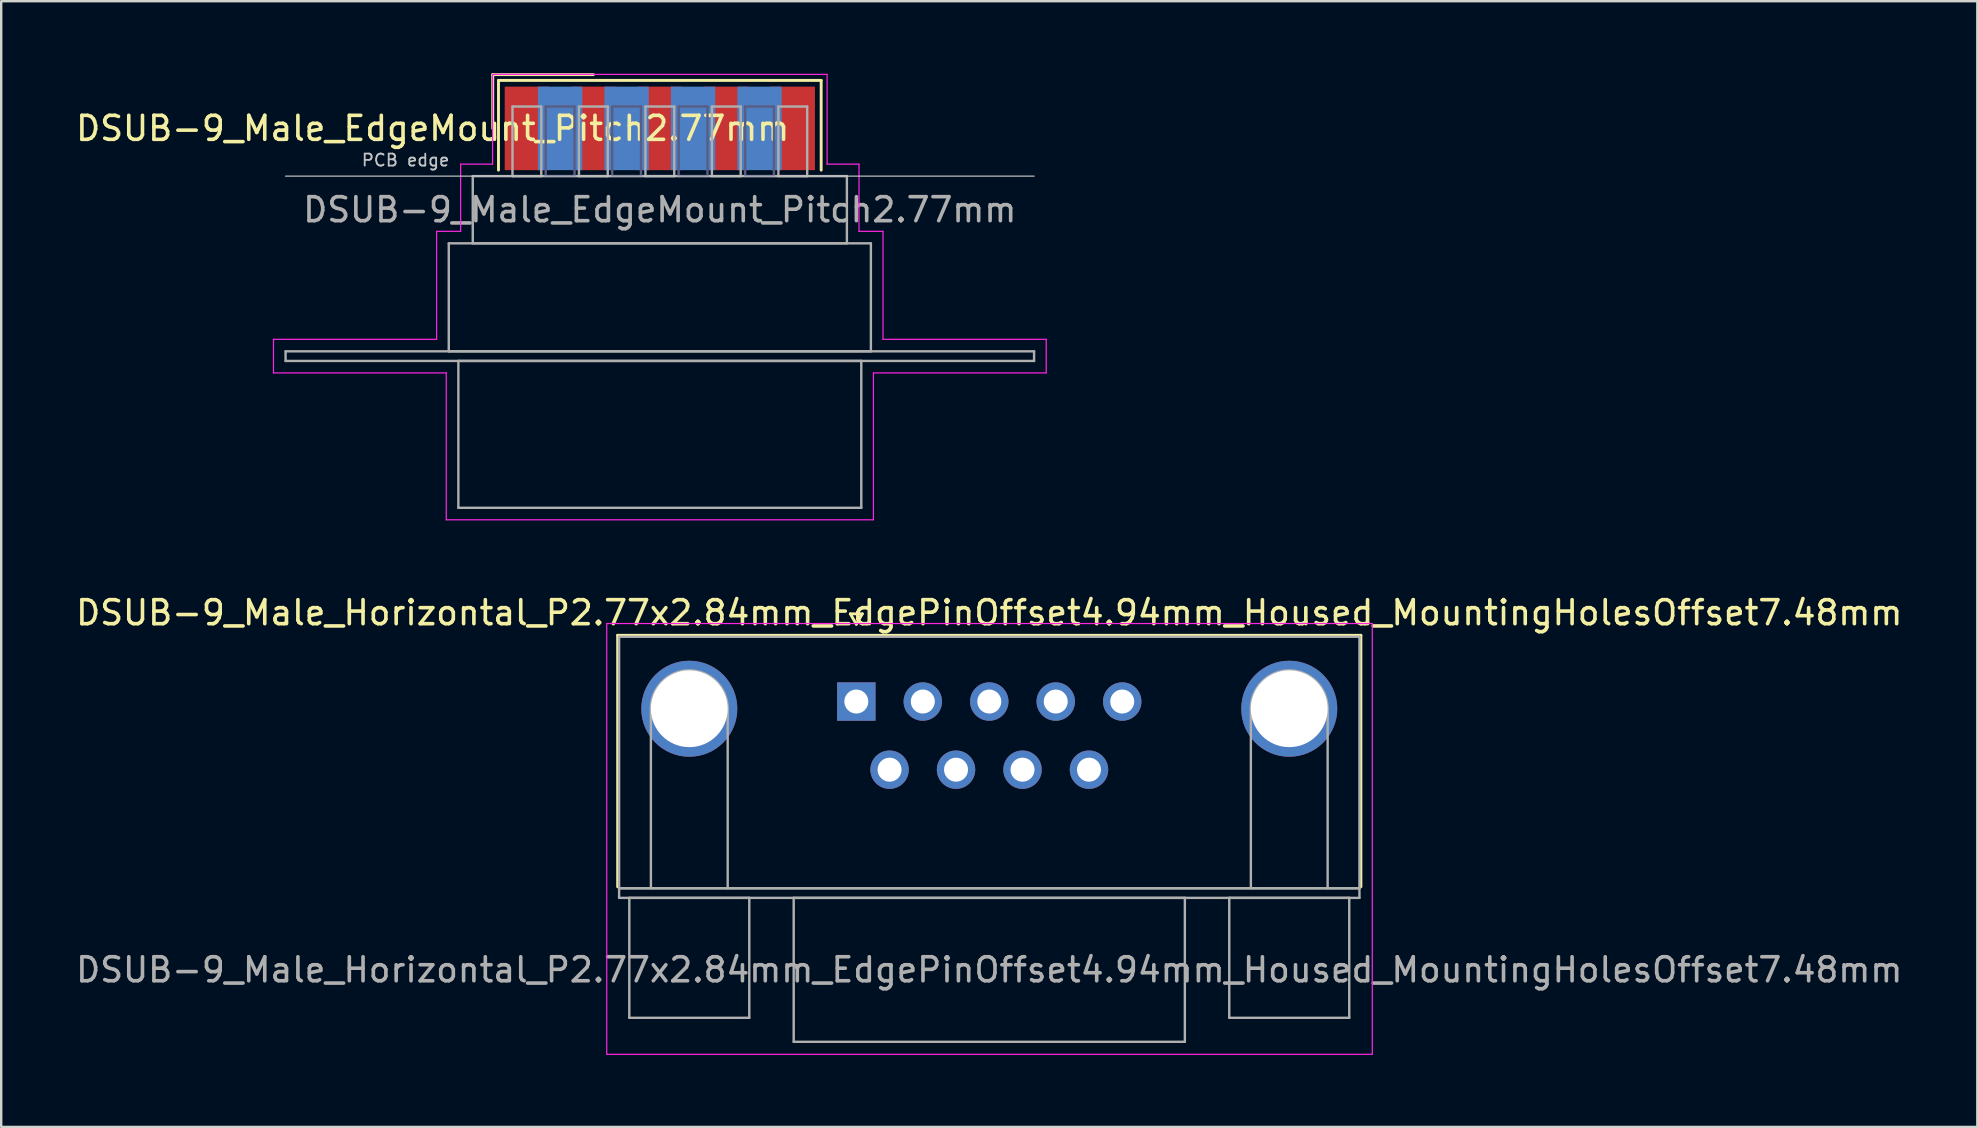
<source format=kicad_pcb>
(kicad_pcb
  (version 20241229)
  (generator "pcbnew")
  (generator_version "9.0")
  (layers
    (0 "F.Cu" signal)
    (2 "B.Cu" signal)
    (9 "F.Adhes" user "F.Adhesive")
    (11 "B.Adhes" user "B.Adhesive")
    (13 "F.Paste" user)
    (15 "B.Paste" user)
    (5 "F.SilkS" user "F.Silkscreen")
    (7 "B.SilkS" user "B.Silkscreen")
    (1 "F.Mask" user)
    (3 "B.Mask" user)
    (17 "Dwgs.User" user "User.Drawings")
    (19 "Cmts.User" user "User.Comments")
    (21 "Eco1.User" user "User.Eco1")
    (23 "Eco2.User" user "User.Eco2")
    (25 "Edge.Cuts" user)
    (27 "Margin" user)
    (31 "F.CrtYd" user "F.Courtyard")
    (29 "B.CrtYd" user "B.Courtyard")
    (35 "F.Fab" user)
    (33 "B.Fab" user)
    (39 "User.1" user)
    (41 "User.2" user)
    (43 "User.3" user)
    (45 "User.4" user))
  (footprint "DSUB-9_Male_EdgeMount_Pitch2.77mm"
    (layer "F.Cu")
    (at 24.445 2.3)
    (property "Reference" "DSUB-9_Male_EdgeMount_Pitch2.77mm" (at -9.463 0 0) (layer "F.SilkS") (effects (font (size 1 1) (thickness 0.15))))
    (attr smd)
    (fp_line (start -6.963 -2.24) (end -2.77 -2.24) (stroke (width 0.12) (type solid)) (layer "F.SilkS"))
    (fp_line (start -6.963 0) (end -6.963 -2.24) (stroke (width 0.12) (type solid)) (layer "F.SilkS"))
    (fp_line (start -6.723 -2) (end -6.723 1.74) (stroke (width 0.12) (type solid)) (layer "F.SilkS"))
    (fp_line (start 6.723 -2) (end -6.723 -2) (stroke (width 0.12) (type solid)) (layer "F.SilkS"))
    (fp_line (start 6.723 1.74) (end 6.723 -2) (stroke (width 0.12) (type solid)) (layer "F.SilkS"))
    (fp_line (start -15.595 1.99) (end 15.595 1.99) (stroke (width 0.05) (type solid)) (layer "Dwgs.User"))
    (fp_line (start -16.1 8.79) (end -9.3 8.79) (stroke (width 0.05) (type solid)) (layer "F.CrtYd"))
    (fp_line (start -16.1 10.19) (end -16.1 8.79) (stroke (width 0.05) (type solid)) (layer "F.CrtYd"))
    (fp_line (start -9.3 4.29) (end -8.3 4.29) (stroke (width 0.05) (type solid)) (layer "F.CrtYd"))
    (fp_line (start -9.3 8.79) (end -9.3 4.29) (stroke (width 0.05) (type solid)) (layer "F.CrtYd"))
    (fp_line (start -8.9 10.19) (end -16.1 10.19) (stroke (width 0.05) (type solid)) (layer "F.CrtYd"))
    (fp_line (start -8.9 16.31) (end -8.9 10.19) (stroke (width 0.05) (type solid)) (layer "F.CrtYd"))
    (fp_line (start -8.3 1.49) (end -6.97 1.49) (stroke (width 0.05) (type solid)) (layer "F.CrtYd"))
    (fp_line (start -8.3 4.29) (end -8.3 1.49) (stroke (width 0.05) (type solid)) (layer "F.CrtYd"))
    (fp_line (start -6.97 -2.25) (end 6.97 -2.25) (stroke (width 0.05) (type solid)) (layer "F.CrtYd"))
    (fp_line (start -6.97 1.49) (end -6.97 -2.25) (stroke (width 0.05) (type solid)) (layer "F.CrtYd"))
    (fp_line (start 6.97 -2.25) (end 6.97 1.49) (stroke (width 0.05) (type solid)) (layer "F.CrtYd"))
    (fp_line (start 6.97 1.49) (end 8.3 1.49) (stroke (width 0.05) (type solid)) (layer "F.CrtYd"))
    (fp_line (start 8.3 1.49) (end 8.3 4.29) (stroke (width 0.05) (type solid)) (layer "F.CrtYd"))
    (fp_line (start 8.3 4.29) (end 9.3 4.29) (stroke (width 0.05) (type solid)) (layer "F.CrtYd"))
    (fp_line (start 8.9 10.19) (end 8.9 16.31) (stroke (width 0.05) (type solid)) (layer "F.CrtYd"))
    (fp_line (start 8.9 16.31) (end -8.9 16.31) (stroke (width 0.05) (type solid)) (layer "F.CrtYd"))
    (fp_line (start 9.3 4.29) (end 9.3 8.79) (stroke (width 0.05) (type solid)) (layer "F.CrtYd"))
    (fp_line (start 9.3 8.79) (end 16.1 8.79) (stroke (width 0.05) (type solid)) (layer "F.CrtYd"))
    (fp_line (start 16.1 8.79) (end 16.1 10.19) (stroke (width 0.05) (type solid)) (layer "F.CrtYd"))
    (fp_line (start 16.1 10.19) (end 8.9 10.19) (stroke (width 0.05) (type solid)) (layer "F.CrtYd"))
    (fp_line (start -4.755 -0.91) (end -4.755 1.99) (stroke (width 0.1) (type solid)) (layer "B.Fab"))
    (fp_line (start -4.755 1.99) (end -3.555 1.99) (stroke (width 0.1) (type solid)) (layer "B.Fab"))
    (fp_line (start -3.555 -0.91) (end -4.755 -0.91) (stroke (width 0.1) (type solid)) (layer "B.Fab"))
    (fp_line (start -3.555 1.99) (end -3.555 -0.91) (stroke (width 0.1) (type solid)) (layer "B.Fab"))
    (fp_line (start -1.985 -0.91) (end -1.985 1.99) (stroke (width 0.1) (type solid)) (layer "B.Fab"))
    (fp_line (start -1.985 1.99) (end -0.785 1.99) (stroke (width 0.1) (type solid)) (layer "B.Fab"))
    (fp_line (start -0.785 -0.91) (end -1.985 -0.91) (stroke (width 0.1) (type solid)) (layer "B.Fab"))
    (fp_line (start -0.785 1.99) (end -0.785 -0.91) (stroke (width 0.1) (type solid)) (layer "B.Fab"))
    (fp_line (start 0.785 -0.91) (end 0.785 1.99) (stroke (width 0.1) (type solid)) (layer "B.Fab"))
    (fp_line (start 0.785 1.99) (end 1.985 1.99) (stroke (width 0.1) (type solid)) (layer "B.Fab"))
    (fp_line (start 1.985 -0.91) (end 0.785 -0.91) (stroke (width 0.1) (type solid)) (layer "B.Fab"))
    (fp_line (start 1.985 1.99) (end 1.985 -0.91) (stroke (width 0.1) (type solid)) (layer "B.Fab"))
    (fp_line (start 3.555 -0.91) (end 3.555 1.99) (stroke (width 0.1) (type solid)) (layer "B.Fab"))
    (fp_line (start 3.555 1.99) (end 4.755 1.99) (stroke (width 0.1) (type solid)) (layer "B.Fab"))
    (fp_line (start 4.755 -0.91) (end 3.555 -0.91) (stroke (width 0.1) (type solid)) (layer "B.Fab"))
    (fp_line (start 4.755 1.99) (end 4.755 -0.91) (stroke (width 0.1) (type solid)) (layer "B.Fab"))
    (fp_line (start -15.595 9.29) (end -15.595 9.69) (stroke (width 0.1) (type solid)) (layer "F.Fab"))
    (fp_line (start -15.595 9.69) (end 15.595 9.69) (stroke (width 0.1) (type solid)) (layer "F.Fab"))
    (fp_line (start -8.795 4.79) (end -8.795 9.29) (stroke (width 0.1) (type solid)) (layer "F.Fab"))
    (fp_line (start -8.795 9.29) (end 8.795 9.29) (stroke (width 0.1) (type solid)) (layer "F.Fab"))
    (fp_line (start -8.395 9.69) (end -8.395 15.81) (stroke (width 0.1) (type solid)) (layer "F.Fab"))
    (fp_line (start -8.395 15.81) (end 8.395 15.81) (stroke (width 0.1) (type solid)) (layer "F.Fab"))
    (fp_line (start -7.795 1.99) (end -7.795 4.79) (stroke (width 0.1) (type solid)) (layer "F.Fab"))
    (fp_line (start -7.795 4.79) (end 7.795 4.79) (stroke (width 0.1) (type solid)) (layer "F.Fab"))
    (fp_line (start -6.14 -0.91) (end -6.14 1.99) (stroke (width 0.1) (type solid)) (layer "F.Fab"))
    (fp_line (start -6.14 1.99) (end -4.94 1.99) (stroke (width 0.1) (type solid)) (layer "F.Fab"))
    (fp_line (start -4.94 -0.91) (end -6.14 -0.91) (stroke (width 0.1) (type solid)) (layer "F.Fab"))
    (fp_line (start -4.94 1.99) (end -4.94 -0.91) (stroke (width 0.1) (type solid)) (layer "F.Fab"))
    (fp_line (start -3.37 -0.91) (end -3.37 1.99) (stroke (width 0.1) (type solid)) (layer "F.Fab"))
    (fp_line (start -3.37 1.99) (end -2.17 1.99) (stroke (width 0.1) (type solid)) (layer "F.Fab"))
    (fp_line (start -2.17 -0.91) (end -3.37 -0.91) (stroke (width 0.1) (type solid)) (layer "F.Fab"))
    (fp_line (start -2.17 1.99) (end -2.17 -0.91) (stroke (width 0.1) (type solid)) (layer "F.Fab"))
    (fp_line (start -0.6 -0.91) (end -0.6 1.99) (stroke (width 0.1) (type solid)) (layer "F.Fab"))
    (fp_line (start -0.6 1.99) (end 0.6 1.99) (stroke (width 0.1) (type solid)) (layer "F.Fab"))
    (fp_line (start 0.6 -0.91) (end -0.6 -0.91) (stroke (width 0.1) (type solid)) (layer "F.Fab"))
    (fp_line (start 0.6 1.99) (end 0.6 -0.91) (stroke (width 0.1) (type solid)) (layer "F.Fab"))
    (fp_line (start 2.17 -0.91) (end 2.17 1.99) (stroke (width 0.1) (type solid)) (layer "F.Fab"))
    (fp_line (start 2.17 1.99) (end 3.37 1.99) (stroke (width 0.1) (type solid)) (layer "F.Fab"))
    (fp_line (start 3.37 -0.91) (end 2.17 -0.91) (stroke (width 0.1) (type solid)) (layer "F.Fab"))
    (fp_line (start 3.37 1.99) (end 3.37 -0.91) (stroke (width 0.1) (type solid)) (layer "F.Fab"))
    (fp_line (start 4.94 -0.91) (end 4.94 1.99) (stroke (width 0.1) (type solid)) (layer "F.Fab"))
    (fp_line (start 4.94 1.99) (end 6.14 1.99) (stroke (width 0.1) (type solid)) (layer "F.Fab"))
    (fp_line (start 6.14 -0.91) (end 4.94 -0.91) (stroke (width 0.1) (type solid)) (layer "F.Fab"))
    (fp_line (start 6.14 1.99) (end 6.14 -0.91) (stroke (width 0.1) (type solid)) (layer "F.Fab"))
    (fp_line (start 7.795 1.99) (end -7.795 1.99) (stroke (width 0.1) (type solid)) (layer "F.Fab"))
    (fp_line (start 7.795 4.79) (end 7.795 1.99) (stroke (width 0.1) (type solid)) (layer "F.Fab"))
    (fp_line (start 8.395 9.69) (end -8.395 9.69) (stroke (width 0.1) (type solid)) (layer "F.Fab"))
    (fp_line (start 8.395 15.81) (end 8.395 9.69) (stroke (width 0.1) (type solid)) (layer "F.Fab"))
    (fp_line (start 8.795 4.79) (end -8.795 4.79) (stroke (width 0.1) (type solid)) (layer "F.Fab"))
    (fp_line (start 8.795 9.29) (end 8.795 4.79) (stroke (width 0.1) (type solid)) (layer "F.Fab"))
    (fp_line (start 15.595 9.29) (end -15.595 9.29) (stroke (width 0.1) (type solid)) (layer "F.Fab"))
    (fp_line (start 15.595 9.69) (end 15.595 9.29) (stroke (width 0.1) (type solid)) (layer "F.Fab"))
    (fp_text user "PCB edge" (at -10.595 1.323 0) (layer "Dwgs.User") (effects (font (size 0.5 0.5) (thickness 0.075))))
    (fp_text user "${REFERENCE}" (at 0 3.39 0) (layer "F.Fab") (effects (font (size 1 1) (thickness 0.15))))
    (pad "1" smd rect (at -5.54 0) (size 1.847 3.48) (layers "F.Cu" "F.Mask" "F.Paste"))
    (pad "2" smd rect (at -2.77 0) (size 1.847 3.48) (layers "F.Cu" "F.Mask" "F.Paste"))
    (pad "3" smd rect (at 0 0) (size 1.847 3.48) (layers "F.Cu" "F.Mask" "F.Paste"))
    (pad "4" smd rect (at 2.77 0) (size 1.847 3.48) (layers "F.Cu" "F.Mask" "F.Paste"))
    (pad "5" smd rect (at 5.54 0) (size 1.847 3.48) (layers "F.Cu" "F.Mask" "F.Paste"))
    (pad "6" smd rect (at -4.155 0) (size 1.847 3.48) (layers "B.Cu" "B.Mask" "B.Paste"))
    (pad "7" smd rect (at -1.385 0) (size 1.847 3.48) (layers "B.Cu" "B.Mask" "B.Paste"))
    (pad "8" smd rect (at 1.385 0) (size 1.847 3.48) (layers "B.Cu" "B.Mask" "B.Paste"))
    (pad "9" smd rect (at 4.155 0) (size 1.847 3.48) (layers "B.Cu" "B.Mask" "B.Paste")))
  (footprint "DSUB-9_Male_Horizontal_P2.77x2.84mm_EdgePinOffset4.94mm_Housed_MountingHolesOffset7.48mm"
    (layer "F.Cu")
    (at 32.633 26.183)
    (property "Reference" "DSUB-9_Male_Horizontal_P2.77x2.84mm_EdgePinOffset4.94mm_Housed_MountingHolesOffset7.48mm" (at 5.54 -3.7 0) (layer "F.SilkS") (effects (font (size 1 1) (thickness 0.15))))
    (attr through_hole)
    (fp_line (start -9.945 -2.76) (end 21.025 -2.76) (stroke (width 0.12) (type solid)) (layer "F.SilkS"))
    (fp_line (start -9.945 7.72) (end -9.945 -2.76) (stroke (width 0.12) (type solid)) (layer "F.SilkS"))
    (fp_line (start -0.25 -3.654) (end 0.25 -3.654) (stroke (width 0.12) (type solid)) (layer "F.SilkS"))
    (fp_line (start 0 -3.221) (end -0.25 -3.654) (stroke (width 0.12) (type solid)) (layer "F.SilkS"))
    (fp_line (start 0.25 -3.654) (end 0 -3.221) (stroke (width 0.12) (type solid)) (layer "F.SilkS"))
    (fp_line (start 21.025 -2.76) (end 21.025 7.72) (stroke (width 0.12) (type solid)) (layer "F.SilkS"))
    (fp_line (start -10.4 -3.25) (end -10.4 14.7) (stroke (width 0.05) (type solid)) (layer "F.CrtYd"))
    (fp_line (start -10.4 14.7) (end 21.5 14.7) (stroke (width 0.05) (type solid)) (layer "F.CrtYd"))
    (fp_line (start 21.5 -3.25) (end -10.4 -3.25) (stroke (width 0.05) (type solid)) (layer "F.CrtYd"))
    (fp_line (start 21.5 14.7) (end 21.5 -3.25) (stroke (width 0.05) (type solid)) (layer "F.CrtYd"))
    (fp_line (start -9.885 -2.7) (end -9.885 7.78) (stroke (width 0.1) (type solid)) (layer "F.Fab"))
    (fp_line (start -9.885 7.78) (end -9.885 8.18) (stroke (width 0.1) (type solid)) (layer "F.Fab"))
    (fp_line (start -9.885 7.78) (end 20.965 7.78) (stroke (width 0.1) (type solid)) (layer "F.Fab"))
    (fp_line (start -9.885 8.18) (end 20.965 8.18) (stroke (width 0.1) (type solid)) (layer "F.Fab"))
    (fp_line (start -9.46 8.18) (end -9.46 13.18) (stroke (width 0.1) (type solid)) (layer "F.Fab"))
    (fp_line (start -9.46 13.18) (end -4.46 13.18) (stroke (width 0.1) (type solid)) (layer "F.Fab"))
    (fp_line (start -8.56 7.78) (end -8.56 0.3) (stroke (width 0.1) (type solid)) (layer "F.Fab"))
    (fp_line (start -5.36 7.78) (end -5.36 0.3) (stroke (width 0.1) (type solid)) (layer "F.Fab"))
    (fp_line (start -4.46 8.18) (end -9.46 8.18) (stroke (width 0.1) (type solid)) (layer "F.Fab"))
    (fp_line (start -4.46 13.18) (end -4.46 8.18) (stroke (width 0.1) (type solid)) (layer "F.Fab"))
    (fp_line (start -2.61 8.18) (end -2.61 14.18) (stroke (width 0.1) (type solid)) (layer "F.Fab"))
    (fp_line (start -2.61 14.18) (end 13.69 14.18) (stroke (width 0.1) (type solid)) (layer "F.Fab"))
    (fp_line (start 13.69 8.18) (end -2.61 8.18) (stroke (width 0.1) (type solid)) (layer "F.Fab"))
    (fp_line (start 13.69 14.18) (end 13.69 8.18) (stroke (width 0.1) (type solid)) (layer "F.Fab"))
    (fp_line (start 15.54 8.18) (end 15.54 13.18) (stroke (width 0.1) (type solid)) (layer "F.Fab"))
    (fp_line (start 15.54 13.18) (end 20.54 13.18) (stroke (width 0.1) (type solid)) (layer "F.Fab"))
    (fp_line (start 16.44 7.78) (end 16.44 0.3) (stroke (width 0.1) (type solid)) (layer "F.Fab"))
    (fp_line (start 19.64 7.78) (end 19.64 0.3) (stroke (width 0.1) (type solid)) (layer "F.Fab"))
    (fp_line (start 20.54 8.18) (end 15.54 8.18) (stroke (width 0.1) (type solid)) (layer "F.Fab"))
    (fp_line (start 20.54 13.18) (end 20.54 8.18) (stroke (width 0.1) (type solid)) (layer "F.Fab"))
    (fp_line (start 20.965 -2.7) (end -9.885 -2.7) (stroke (width 0.1) (type solid)) (layer "F.Fab"))
    (fp_line (start 20.965 7.78) (end -9.885 7.78) (stroke (width 0.1) (type solid)) (layer "F.Fab"))
    (fp_line (start 20.965 7.78) (end 20.965 -2.7) (stroke (width 0.1) (type solid)) (layer "F.Fab"))
    (fp_line (start 20.965 8.18) (end 20.965 7.78) (stroke (width 0.1) (type solid)) (layer "F.Fab"))
    (fp_arc (start -8.56 0.3) (mid -6.96 -1.3) (end -5.36 0.3) (stroke (width 0.1) (type solid)) (layer "F.Fab"))
    (fp_arc (start 16.44 0.3) (mid 18.04 -1.3) (end 19.64 0.3) (stroke (width 0.1) (type solid)) (layer "F.Fab"))
    (fp_text user "${REFERENCE}" (at 5.54 11.18 0) (layer "F.Fab") (effects (font (size 1 1) (thickness 0.15))))
    (pad "0" thru_hole circle (at -6.96 0.3) (size 4 4) (drill 3.2) (layers "*.Cu" "*.Mask"))
    (pad "0" thru_hole circle (at 18.04 0.3) (size 4 4) (drill 3.2) (layers "*.Cu" "*.Mask"))
    (pad "1" thru_hole rect (at 0 0) (size 1.6 1.6) (drill 1) (layers "*.Cu" "*.Mask"))
    (pad "2" thru_hole circle (at 2.77 0) (size 1.6 1.6) (drill 1) (layers "*.Cu" "*.Mask"))
    (pad "3" thru_hole circle (at 5.54 0) (size 1.6 1.6) (drill 1) (layers "*.Cu" "*.Mask"))
    (pad "4" thru_hole circle (at 8.31 0) (size 1.6 1.6) (drill 1) (layers "*.Cu" "*.Mask"))
    (pad "5" thru_hole circle (at 11.08 0) (size 1.6 1.6) (drill 1) (layers "*.Cu" "*.Mask"))
    (pad "6" thru_hole circle (at 1.385 2.84) (size 1.6 1.6) (drill 1) (layers "*.Cu" "*.Mask"))
    (pad "7" thru_hole circle (at 4.155 2.84) (size 1.6 1.6) (drill 1) (layers "*.Cu" "*.Mask"))
    (pad "8" thru_hole circle (at 6.925 2.84) (size 1.6 1.6) (drill 1) (layers "*.Cu" "*.Mask"))
    (pad "9" thru_hole circle (at 9.695 2.84) (size 1.6 1.6) (drill 1) (layers "*.Cu" "*.Mask")))
  (gr_rect
    (start -3 -3)
    (end 79.345 43.908)
    (stroke (width 0.1) (type default))
    (fill no)
    (layer "Edge.Cuts")))
</source>
